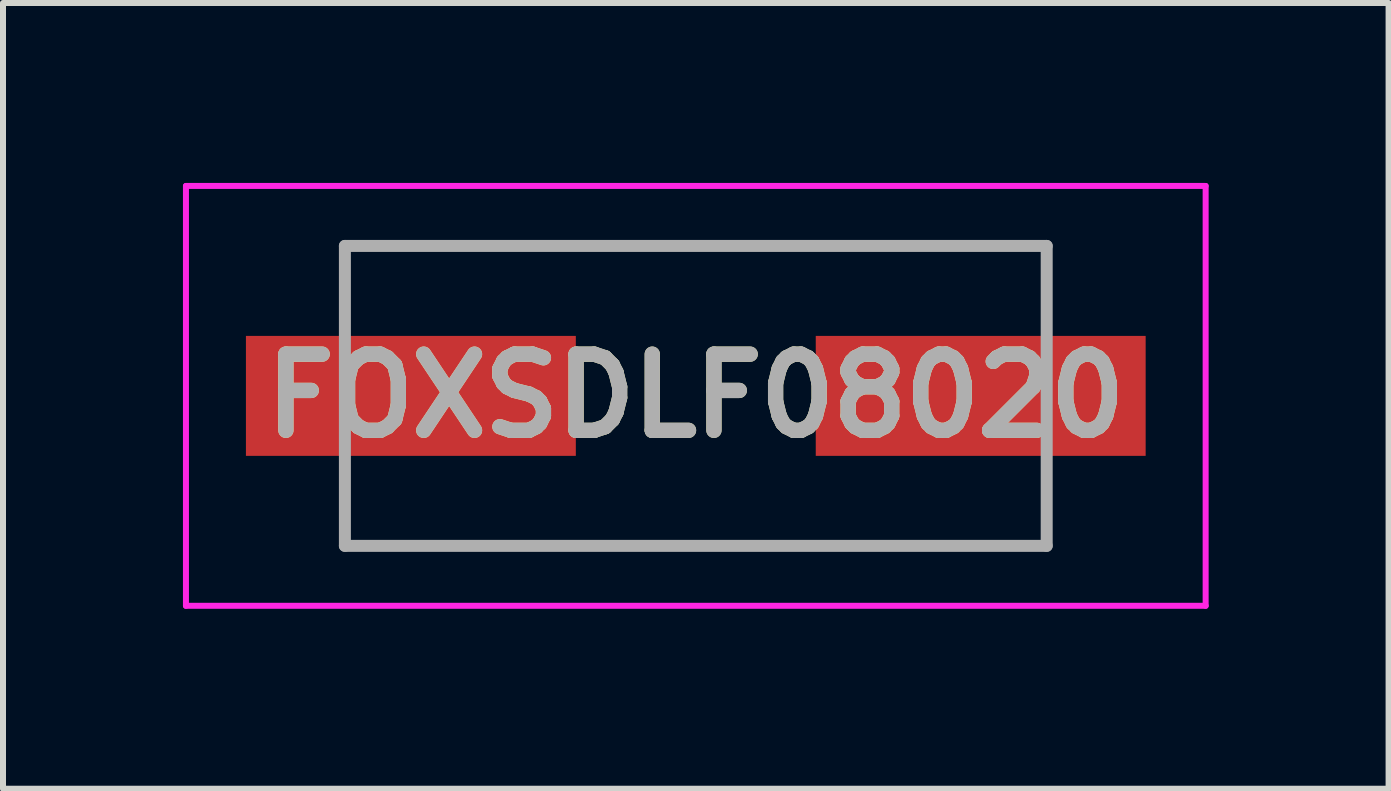
<source format=kicad_pcb>
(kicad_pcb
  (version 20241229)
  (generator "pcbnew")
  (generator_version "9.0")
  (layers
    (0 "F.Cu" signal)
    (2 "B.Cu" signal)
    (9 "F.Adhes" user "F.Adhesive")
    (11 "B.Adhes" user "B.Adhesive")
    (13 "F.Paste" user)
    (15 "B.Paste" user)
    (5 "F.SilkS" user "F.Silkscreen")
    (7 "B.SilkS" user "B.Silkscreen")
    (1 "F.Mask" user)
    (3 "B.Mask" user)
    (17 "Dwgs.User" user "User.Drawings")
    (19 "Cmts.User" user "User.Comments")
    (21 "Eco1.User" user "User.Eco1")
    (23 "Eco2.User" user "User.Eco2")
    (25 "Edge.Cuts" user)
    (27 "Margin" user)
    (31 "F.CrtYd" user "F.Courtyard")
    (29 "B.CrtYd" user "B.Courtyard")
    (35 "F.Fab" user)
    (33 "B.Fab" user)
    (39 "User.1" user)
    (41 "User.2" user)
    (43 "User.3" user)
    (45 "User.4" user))
  (footprint "FOXSDLF08020"
    (layer "F.Cu")
    (at 8.55 3.55)
    (property "Reference" "FOXSDLF08020" (at 0 0 0) (layer "F.SilkS") (effects (font (size 1.27 1.27) (thickness 0.254))))
    (attr smd)
    (fp_line (start -5.85 -2.5) (end 5.85 -2.5) (stroke (width 0.1) (type solid)) (layer "F.SilkS"))
    (fp_line (start -5.85 -1.2) (end -5.85 -2.5) (stroke (width 0.1) (type solid)) (layer "F.SilkS"))
    (fp_line (start -5.85 1.2) (end -5.85 2.5) (stroke (width 0.1) (type solid)) (layer "F.SilkS"))
    (fp_line (start -5.85 2.5) (end 5.85 2.5) (stroke (width 0.1) (type solid)) (layer "F.SilkS"))
    (fp_line (start 5.85 -2.5) (end 5.85 -1.2) (stroke (width 0.1) (type solid)) (layer "F.SilkS"))
    (fp_line (start 5.85 2.5) (end 5.85 1.2) (stroke (width 0.1) (type solid)) (layer "F.SilkS"))
    (fp_line (start -8.5 -3.5) (end 8.5 -3.5) (stroke (width 0.1) (type solid)) (layer "F.CrtYd"))
    (fp_line (start -8.5 3.5) (end -8.5 -3.5) (stroke (width 0.1) (type solid)) (layer "F.CrtYd"))
    (fp_line (start 8.5 -3.5) (end 8.5 3.5) (stroke (width 0.1) (type solid)) (layer "F.CrtYd"))
    (fp_line (start 8.5 3.5) (end -8.5 3.5) (stroke (width 0.1) (type solid)) (layer "F.CrtYd"))
    (fp_line (start -5.85 -2.5) (end 5.85 -2.5) (stroke (width 0.2) (type solid)) (layer "F.Fab"))
    (fp_line (start -5.85 2.5) (end -5.85 -2.5) (stroke (width 0.2) (type solid)) (layer "F.Fab"))
    (fp_line (start 5.85 -2.5) (end 5.85 2.5) (stroke (width 0.2) (type solid)) (layer "F.Fab"))
    (fp_line (start 5.85 2.5) (end -5.85 2.5) (stroke (width 0.2) (type solid)) (layer "F.Fab"))
    (fp_text user "${REFERENCE}" (at 0 0 0) (layer "F.Fab") (effects (font (size 1.27 1.27) (thickness 0.254))))
    (pad "1" smd rect (at -4.75 0 90) (size 2 5.5) (layers "F.Cu" "F.Mask" "F.Paste"))
    (pad "2" smd rect (at 4.75 0 90) (size 2 5.5) (layers "F.Cu" "F.Mask" "F.Paste")))
  (gr_rect
    (start -3 -3)
    (end 20.1 10.1)
    (stroke (width 0.1) (type default))
    (fill no)
    (layer "Edge.Cuts")))
</source>
